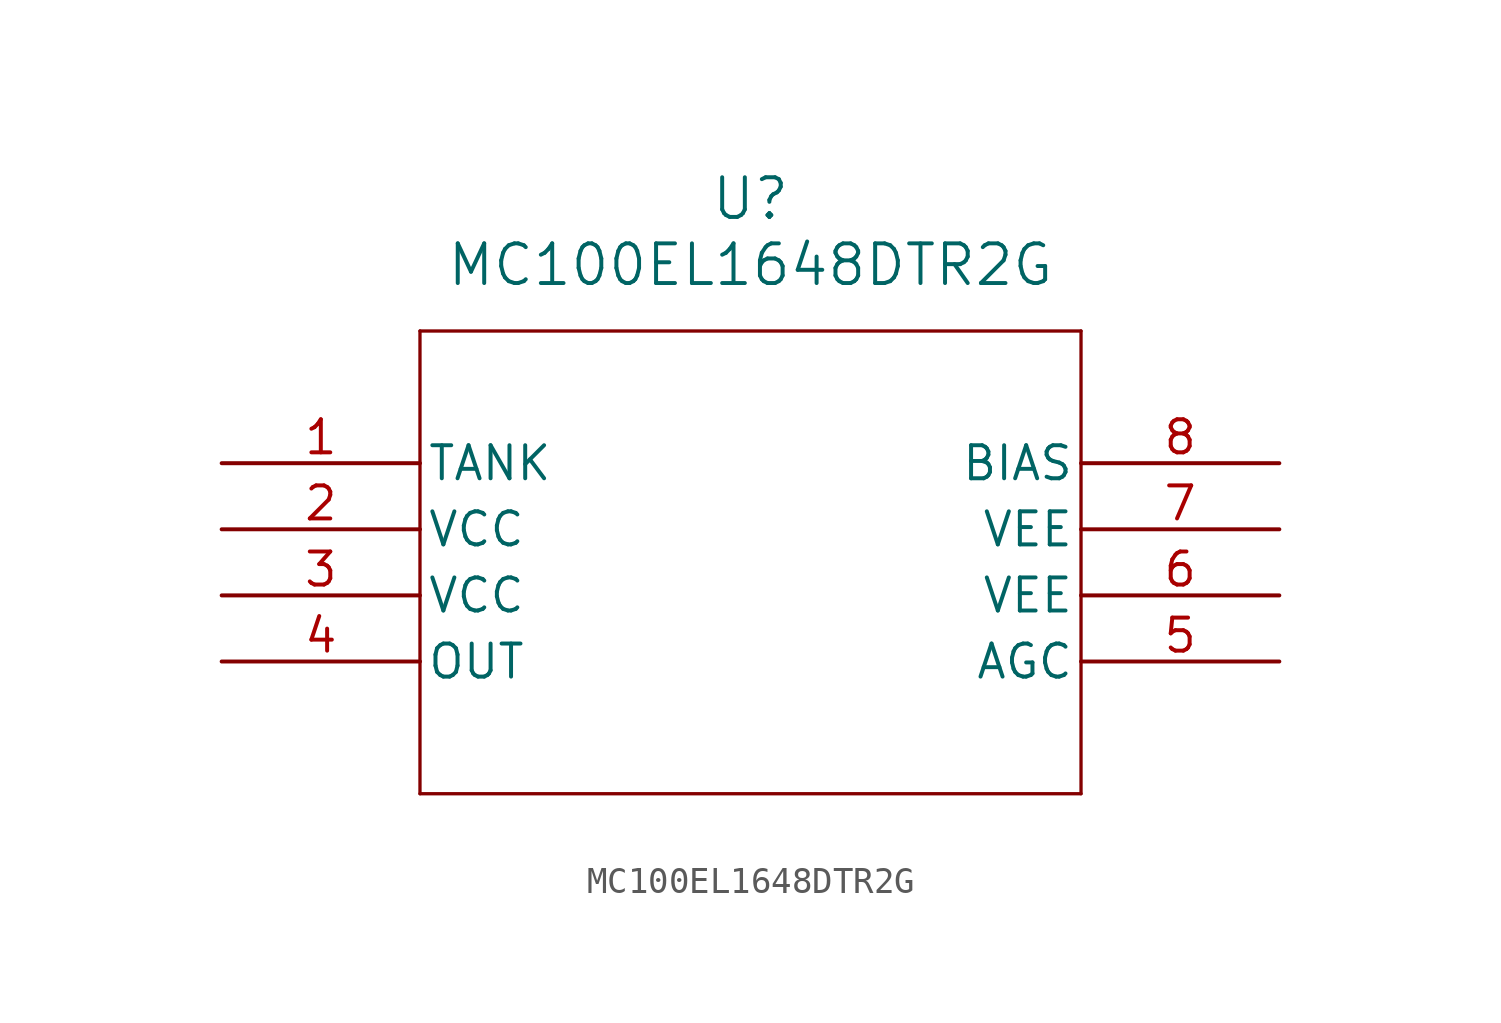
<source format=kicad_sym>
(kicad_symbol_lib
  (version 20211014)
  (generator kicad_symbol_editor)
  (symbol "MC100EL1648DTR2G"
    (pin_names
      (offset 0.254))
    (property "Reference" "U"
      (at 20.32 10.16 0)
      (effects (font (size 1.524 1.524))))
    (property "Value" "MC100EL1648DTR2G"
      (at 20.32 7.62 0)
      (effects (font (size 1.524 1.524))))
    (symbol "MC100EL1648DTR2G_0_1"
      (polyline (pts (xy 7.62 5.08) (xy 7.62 -12.7)) (stroke (width 0.127) (type default) (color 0 0 0 0)) (fill (type none)))
      (polyline (pts (xy 7.62 -12.7) (xy 33.02 -12.7)) (stroke (width 0.127) (type default) (color 0 0 0 0)) (fill (type none)))
      (polyline (pts (xy 33.02 -12.7) (xy 33.02 5.08)) (stroke (width 0.127) (type default) (color 0 0 0 0)) (fill (type none)))
      (polyline (pts (xy 33.02 5.08) (xy 7.62 5.08)) (stroke (width 0.127) (type default) (color 0 0 0 0)) (fill (type none)))
      (pin input line (at 0 0 0) (length 7.62) (name "TANK" (effects (font (size 1.27 1.27)))) (number "1" (effects (font (size 1.27 1.27)))))
      (pin power_in line (at 0 -2.54 0) (length 7.62) (name "VCC" (effects (font (size 1.27 1.27)))) (number "2" (effects (font (size 1.27 1.27)))))
      (pin power_in line (at 0 -5.08 0) (length 7.62) (name "VCC" (effects (font (size 1.27 1.27)))) (number "3" (effects (font (size 1.27 1.27)))))
      (pin output line (at 0 -7.62 0) (length 7.62) (name "OUT" (effects (font (size 1.27 1.27)))) (number "4" (effects (font (size 1.27 1.27)))))
      (pin input line (at 40.64 -7.62 180) (length 7.62) (name "AGC" (effects (font (size 1.27 1.27)))) (number "5" (effects (font (size 1.27 1.27)))))
      (pin power_in line (at 40.64 -5.08 180) (length 7.62) (name "VEE" (effects (font (size 1.27 1.27)))) (number "6" (effects (font (size 1.27 1.27)))))
      (pin power_in line (at 40.64 -2.54 180) (length 7.62) (name "VEE" (effects (font (size 1.27 1.27)))) (number "7" (effects (font (size 1.27 1.27)))))
      (pin input line (at 40.64 0 180) (length 7.62) (name "BIAS" (effects (font (size 1.27 1.27)))) (number "8" (effects (font (size 1.27 1.27))))))))
</source>
